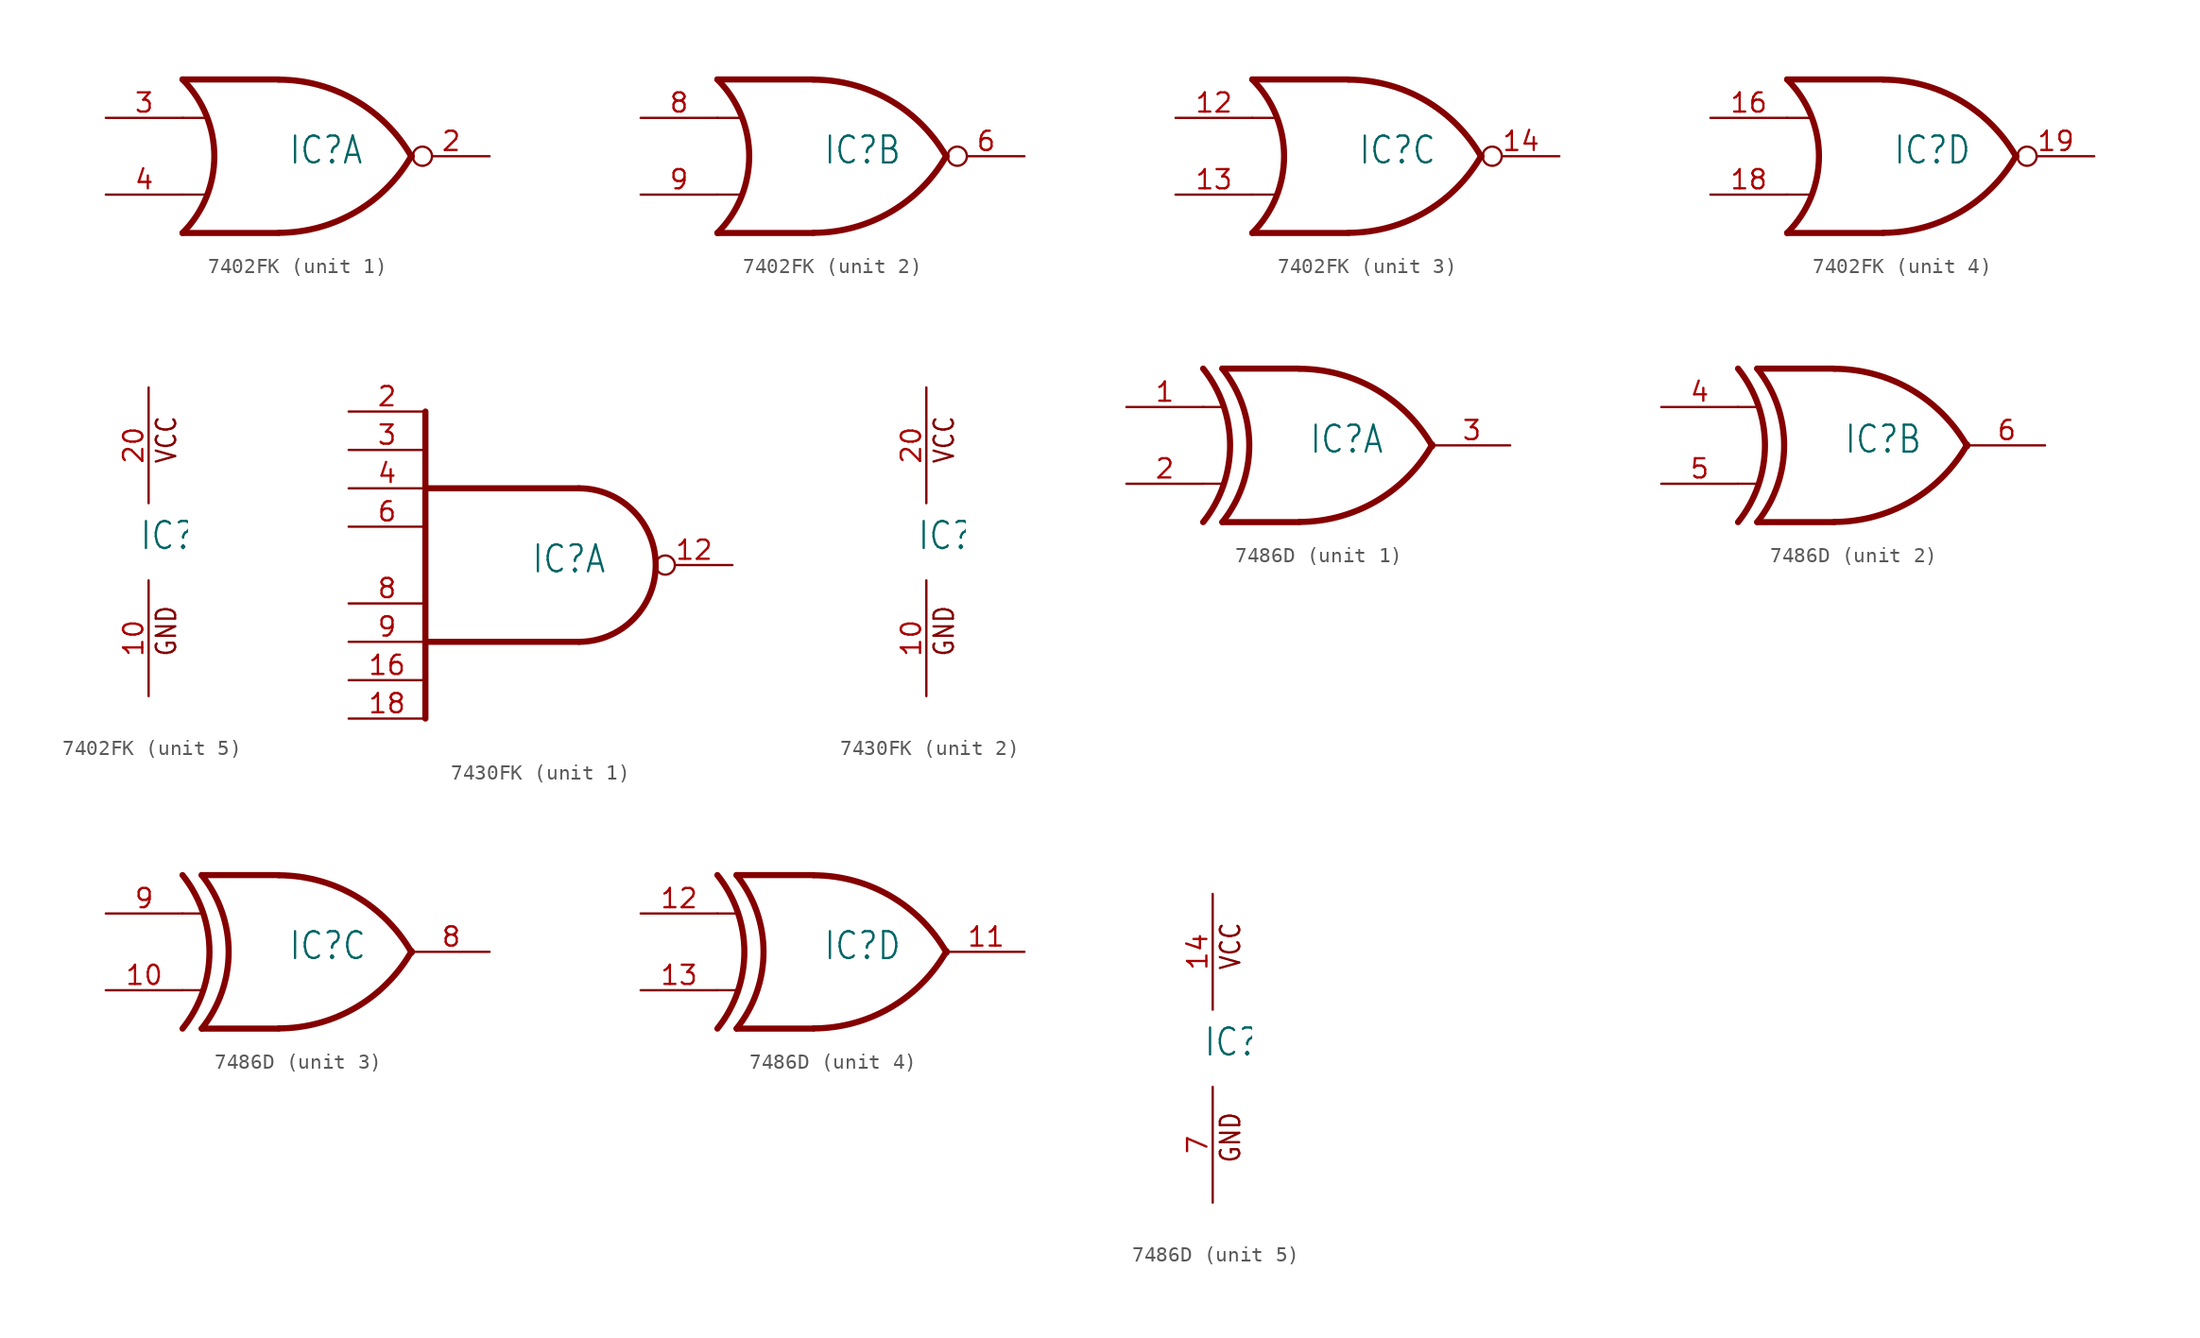
<source format=kicad_sym>
(kicad_symbol_lib
  (version 20211014)
  (generator kicad_symbol_editor)
  (symbol "7402FK"
    (property "Reference" "IC"
      (at -0.635 -0.635 0)
      (effects (font (size 1.778 1.511)) (justify left bottom)))
    (property "ki_locked" ""
      (at 0 0 0)
      (effects (font (size 1.27 1.27))))
    (symbol "7402FK_1_0"
      (arc (start -7.62 -5.08) (mid -5.5158 0) (end -7.62 5.08) (stroke (width 0.4064) (type default) (color 0 0 0 0)) (fill (type none)))
      (arc (start -1.2446 -5.0678) (mid 3.8372 -3.689) (end 7.5439 0.0507) (stroke (width 0.4064) (type default) (color 0 0 0 0)) (fill (type none)))
      (polyline (pts (xy -7.62 -2.54) (xy -6.096 -2.54)) (stroke (width 0.152) (type default) (color 0 0 0 0)) (fill (type none)))
      (polyline (pts (xy -7.62 2.54) (xy -6.096 2.54)) (stroke (width 0.152) (type default) (color 0 0 0 0)) (fill (type none)))
      (polyline (pts (xy -1.27 -5.08) (xy -7.62 -5.08)) (stroke (width 0.406) (type default) (color 0 0 0 0)) (fill (type none)))
      (polyline (pts (xy -1.27 5.08) (xy -7.62 5.08)) (stroke (width 0.406) (type default) (color 0 0 0 0)) (fill (type none)))
      (arc (start 7.5442 -0.0505) (mid 3.8373 3.6892) (end -1.2446 5.0678) (stroke (width 0.4064) (type default) (color 0 0 0 0)) (fill (type none)))
      (pin output inverted (at 12.7 0 180) (length 5.08) (name "O" (effects (font (size 0 0)))) (number "2" (effects (font (size 1.27 1.27)))))
      (pin input line (at -12.7 2.54 0) (length 5.08) (name "I0" (effects (font (size 0 0)))) (number "3" (effects (font (size 1.27 1.27)))))
      (pin input line (at -12.7 -2.54 0) (length 5.08) (name "I1" (effects (font (size 0 0)))) (number "4" (effects (font (size 1.27 1.27))))))
    (symbol "7402FK_2_0"
      (arc (start -7.62 -5.08) (mid -5.5158 0) (end -7.62 5.08) (stroke (width 0.4064) (type default) (color 0 0 0 0)) (fill (type none)))
      (arc (start -1.2446 -5.0678) (mid 3.8372 -3.689) (end 7.5439 0.0507) (stroke (width 0.4064) (type default) (color 0 0 0 0)) (fill (type none)))
      (polyline (pts (xy -7.62 -2.54) (xy -6.096 -2.54)) (stroke (width 0.152) (type default) (color 0 0 0 0)) (fill (type none)))
      (polyline (pts (xy -7.62 2.54) (xy -6.096 2.54)) (stroke (width 0.152) (type default) (color 0 0 0 0)) (fill (type none)))
      (polyline (pts (xy -1.27 -5.08) (xy -7.62 -5.08)) (stroke (width 0.406) (type default) (color 0 0 0 0)) (fill (type none)))
      (polyline (pts (xy -1.27 5.08) (xy -7.62 5.08)) (stroke (width 0.406) (type default) (color 0 0 0 0)) (fill (type none)))
      (arc (start 7.5442 -0.0505) (mid 3.8373 3.6892) (end -1.2446 5.0678) (stroke (width 0.4064) (type default) (color 0 0 0 0)) (fill (type none)))
      (pin output inverted (at 12.7 0 180) (length 5.08) (name "O" (effects (font (size 0 0)))) (number "6" (effects (font (size 1.27 1.27)))))
      (pin input line (at -12.7 2.54 0) (length 5.08) (name "I0" (effects (font (size 0 0)))) (number "8" (effects (font (size 1.27 1.27)))))
      (pin input line (at -12.7 -2.54 0) (length 5.08) (name "I1" (effects (font (size 0 0)))) (number "9" (effects (font (size 1.27 1.27))))))
    (symbol "7402FK_3_0"
      (arc (start -7.62 -5.08) (mid -5.5158 0) (end -7.62 5.08) (stroke (width 0.4064) (type default) (color 0 0 0 0)) (fill (type none)))
      (arc (start -1.2446 -5.0678) (mid 3.8372 -3.689) (end 7.5439 0.0507) (stroke (width 0.4064) (type default) (color 0 0 0 0)) (fill (type none)))
      (polyline (pts (xy -7.62 -2.54) (xy -6.096 -2.54)) (stroke (width 0.152) (type default) (color 0 0 0 0)) (fill (type none)))
      (polyline (pts (xy -7.62 2.54) (xy -6.096 2.54)) (stroke (width 0.152) (type default) (color 0 0 0 0)) (fill (type none)))
      (polyline (pts (xy -1.27 -5.08) (xy -7.62 -5.08)) (stroke (width 0.406) (type default) (color 0 0 0 0)) (fill (type none)))
      (polyline (pts (xy -1.27 5.08) (xy -7.62 5.08)) (stroke (width 0.406) (type default) (color 0 0 0 0)) (fill (type none)))
      (arc (start 7.5442 -0.0505) (mid 3.8373 3.6892) (end -1.2446 5.0678) (stroke (width 0.4064) (type default) (color 0 0 0 0)) (fill (type none)))
      (pin input line (at -12.7 2.54 0) (length 5.08) (name "I0" (effects (font (size 0 0)))) (number "12" (effects (font (size 1.27 1.27)))))
      (pin input line (at -12.7 -2.54 0) (length 5.08) (name "I1" (effects (font (size 0 0)))) (number "13" (effects (font (size 1.27 1.27)))))
      (pin output inverted (at 12.7 0 180) (length 5.08) (name "O" (effects (font (size 0 0)))) (number "14" (effects (font (size 1.27 1.27))))))
    (symbol "7402FK_4_0"
      (arc (start -7.62 -5.08) (mid -5.5158 0) (end -7.62 5.08) (stroke (width 0.4064) (type default) (color 0 0 0 0)) (fill (type none)))
      (arc (start -1.2446 -5.0678) (mid 3.8372 -3.689) (end 7.5439 0.0507) (stroke (width 0.4064) (type default) (color 0 0 0 0)) (fill (type none)))
      (polyline (pts (xy -7.62 -2.54) (xy -6.096 -2.54)) (stroke (width 0.152) (type default) (color 0 0 0 0)) (fill (type none)))
      (polyline (pts (xy -7.62 2.54) (xy -6.096 2.54)) (stroke (width 0.152) (type default) (color 0 0 0 0)) (fill (type none)))
      (polyline (pts (xy -1.27 -5.08) (xy -7.62 -5.08)) (stroke (width 0.406) (type default) (color 0 0 0 0)) (fill (type none)))
      (polyline (pts (xy -1.27 5.08) (xy -7.62 5.08)) (stroke (width 0.406) (type default) (color 0 0 0 0)) (fill (type none)))
      (arc (start 7.5442 -0.0505) (mid 3.8373 3.6892) (end -1.2446 5.0678) (stroke (width 0.4064) (type default) (color 0 0 0 0)) (fill (type none)))
      (pin input line (at -12.7 2.54 0) (length 5.08) (name "I0" (effects (font (size 0 0)))) (number "16" (effects (font (size 1.27 1.27)))))
      (pin input line (at -12.7 -2.54 0) (length 5.08) (name "I1" (effects (font (size 0 0)))) (number "18" (effects (font (size 1.27 1.27)))))
      (pin output inverted (at 12.7 0 180) (length 5.08) (name "O" (effects (font (size 0 0)))) (number "19" (effects (font (size 1.27 1.27))))))
    (symbol "7402FK_5_0"
      (text "GND" (at 1.905 -7.62 900) (effects (font (size 1.27 1.079)) (justify left bottom)))
      (text "VCC" (at 1.905 5.08 900) (effects (font (size 1.27 1.079)) (justify left bottom)))
      (pin power_in line (at 0 -10.16 90) (length 7.62) (name "GND" (effects (font (size 0 0)))) (number "10" (effects (font (size 1.27 1.27)))))
      (pin power_in line (at 0 10.16 270) (length 7.62) (name "VCC" (effects (font (size 0 0)))) (number "20" (effects (font (size 1.27 1.27)))))))
  (symbol "7430FK"
    (property "Reference" "IC"
      (at -0.635 -0.635 0)
      (effects (font (size 1.778 1.511)) (justify left bottom)))
    (property "ki_locked" ""
      (at 0 0 0)
      (effects (font (size 1.27 1.27))))
    (symbol "7430FK_1_0"
      (polyline (pts (xy -7.62 -5.08) (xy 2.54 -5.08)) (stroke (width 0.406) (type default) (color 0 0 0 0)) (fill (type none)))
      (polyline (pts (xy -7.62 5.08) (xy 2.54 5.08)) (stroke (width 0.406) (type default) (color 0 0 0 0)) (fill (type none)))
      (polyline (pts (xy -7.62 10.16) (xy -7.62 -10.16)) (stroke (width 0.406) (type default) (color 0 0 0 0)) (fill (type none)))
      (arc (start 2.54 -5.08) (mid 7.6199 0) (end 2.54 5.08) (stroke (width 0.4064) (type default) (color 0 0 0 0)) (fill (type none)))
      (pin output inverted (at 12.7 0 180) (length 5.08) (name "O" (effects (font (size 0 0)))) (number "12" (effects (font (size 1.27 1.27)))))
      (pin input line (at -12.7 -7.62 0) (length 5.08) (name "I6" (effects (font (size 0 0)))) (number "16" (effects (font (size 1.27 1.27)))))
      (pin input line (at -12.7 -10.16 0) (length 5.08) (name "I7" (effects (font (size 0 0)))) (number "18" (effects (font (size 1.27 1.27)))))
      (pin input line (at -12.7 10.16 0) (length 5.08) (name "I0" (effects (font (size 0 0)))) (number "2" (effects (font (size 1.27 1.27)))))
      (pin input line (at -12.7 7.62 0) (length 5.08) (name "I1" (effects (font (size 0 0)))) (number "3" (effects (font (size 1.27 1.27)))))
      (pin input line (at -12.7 5.08 0) (length 5.08) (name "I2" (effects (font (size 0 0)))) (number "4" (effects (font (size 1.27 1.27)))))
      (pin input line (at -12.7 2.54 0) (length 5.08) (name "I3" (effects (font (size 0 0)))) (number "6" (effects (font (size 1.27 1.27)))))
      (pin input line (at -12.7 -2.54 0) (length 5.08) (name "I4" (effects (font (size 0 0)))) (number "8" (effects (font (size 1.27 1.27)))))
      (pin input line (at -12.7 -5.08 0) (length 5.08) (name "I5" (effects (font (size 0 0)))) (number "9" (effects (font (size 1.27 1.27))))))
    (symbol "7430FK_2_0"
      (text "GND" (at 1.905 -7.62 900) (effects (font (size 1.27 1.079)) (justify left bottom)))
      (text "VCC" (at 1.905 5.08 900) (effects (font (size 1.27 1.079)) (justify left bottom)))
      (pin power_in line (at 0 -10.16 90) (length 7.62) (name "GND" (effects (font (size 0 0)))) (number "10" (effects (font (size 1.27 1.27)))))
      (pin power_in line (at 0 10.16 270) (length 7.62) (name "VCC" (effects (font (size 0 0)))) (number "20" (effects (font (size 1.27 1.27)))))))
  (symbol "7486D"
    (property "Reference" "IC"
      (at -0.635 -0.635 0)
      (effects (font (size 1.778 1.511)) (justify left bottom)))
    (property "ki_locked" ""
      (at 0 0 0)
      (effects (font (size 1.27 1.27))))
    (symbol "7486D_1_0"
      (arc (start -7.62 -5.08) (mid -5.838 0) (end -7.62 5.08) (stroke (width 0.4064) (type default) (color 0 0 0 0)) (fill (type none)))
      (arc (start -6.35 -5.08) (mid -4.568 0) (end -6.35 5.08) (stroke (width 0.4064) (type default) (color 0 0 0 0)) (fill (type none)))
      (arc (start -1.2446 -5.0678) (mid 3.8372 -3.689) (end 7.5439 0.0507) (stroke (width 0.4064) (type default) (color 0 0 0 0)) (fill (type none)))
      (polyline (pts (xy -7.62 -2.54) (xy -6.35 -2.54)) (stroke (width 0.152) (type default) (color 0 0 0 0)) (fill (type none)))
      (polyline (pts (xy -7.62 2.54) (xy -6.35 2.54)) (stroke (width 0.152) (type default) (color 0 0 0 0)) (fill (type none)))
      (polyline (pts (xy -1.27 -5.08) (xy -6.35 -5.08)) (stroke (width 0.406) (type default) (color 0 0 0 0)) (fill (type none)))
      (polyline (pts (xy -1.27 5.08) (xy -6.35 5.08)) (stroke (width 0.406) (type default) (color 0 0 0 0)) (fill (type none)))
      (arc (start 7.5442 -0.0505) (mid 3.8373 3.6892) (end -1.2446 5.0678) (stroke (width 0.4064) (type default) (color 0 0 0 0)) (fill (type none)))
      (pin input line (at -12.7 2.54 0) (length 5.08) (name "I0" (effects (font (size 0 0)))) (number "1" (effects (font (size 1.27 1.27)))))
      (pin input line (at -12.7 -2.54 0) (length 5.08) (name "I1" (effects (font (size 0 0)))) (number "2" (effects (font (size 1.27 1.27)))))
      (pin output line (at 12.7 0 180) (length 5.08) (name "O" (effects (font (size 0 0)))) (number "3" (effects (font (size 1.27 1.27))))))
    (symbol "7486D_2_0"
      (arc (start -7.62 -5.08) (mid -5.838 0) (end -7.62 5.08) (stroke (width 0.4064) (type default) (color 0 0 0 0)) (fill (type none)))
      (arc (start -6.35 -5.08) (mid -4.568 0) (end -6.35 5.08) (stroke (width 0.4064) (type default) (color 0 0 0 0)) (fill (type none)))
      (arc (start -1.2446 -5.0678) (mid 3.8372 -3.689) (end 7.5439 0.0507) (stroke (width 0.4064) (type default) (color 0 0 0 0)) (fill (type none)))
      (polyline (pts (xy -7.62 -2.54) (xy -6.35 -2.54)) (stroke (width 0.152) (type default) (color 0 0 0 0)) (fill (type none)))
      (polyline (pts (xy -7.62 2.54) (xy -6.35 2.54)) (stroke (width 0.152) (type default) (color 0 0 0 0)) (fill (type none)))
      (polyline (pts (xy -1.27 -5.08) (xy -6.35 -5.08)) (stroke (width 0.406) (type default) (color 0 0 0 0)) (fill (type none)))
      (polyline (pts (xy -1.27 5.08) (xy -6.35 5.08)) (stroke (width 0.406) (type default) (color 0 0 0 0)) (fill (type none)))
      (arc (start 7.5442 -0.0505) (mid 3.8373 3.6892) (end -1.2446 5.0678) (stroke (width 0.4064) (type default) (color 0 0 0 0)) (fill (type none)))
      (pin input line (at -12.7 2.54 0) (length 5.08) (name "I0" (effects (font (size 0 0)))) (number "4" (effects (font (size 1.27 1.27)))))
      (pin input line (at -12.7 -2.54 0) (length 5.08) (name "I1" (effects (font (size 0 0)))) (number "5" (effects (font (size 1.27 1.27)))))
      (pin output line (at 12.7 0 180) (length 5.08) (name "O" (effects (font (size 0 0)))) (number "6" (effects (font (size 1.27 1.27))))))
    (symbol "7486D_3_0"
      (arc (start -7.62 -5.08) (mid -5.838 0) (end -7.62 5.08) (stroke (width 0.4064) (type default) (color 0 0 0 0)) (fill (type none)))
      (arc (start -6.35 -5.08) (mid -4.568 0) (end -6.35 5.08) (stroke (width 0.4064) (type default) (color 0 0 0 0)) (fill (type none)))
      (arc (start -1.2446 -5.0678) (mid 3.8372 -3.689) (end 7.5439 0.0507) (stroke (width 0.4064) (type default) (color 0 0 0 0)) (fill (type none)))
      (polyline (pts (xy -7.62 -2.54) (xy -6.35 -2.54)) (stroke (width 0.152) (type default) (color 0 0 0 0)) (fill (type none)))
      (polyline (pts (xy -7.62 2.54) (xy -6.35 2.54)) (stroke (width 0.152) (type default) (color 0 0 0 0)) (fill (type none)))
      (polyline (pts (xy -1.27 -5.08) (xy -6.35 -5.08)) (stroke (width 0.406) (type default) (color 0 0 0 0)) (fill (type none)))
      (polyline (pts (xy -1.27 5.08) (xy -6.35 5.08)) (stroke (width 0.406) (type default) (color 0 0 0 0)) (fill (type none)))
      (arc (start 7.5442 -0.0505) (mid 3.8373 3.6892) (end -1.2446 5.0678) (stroke (width 0.4064) (type default) (color 0 0 0 0)) (fill (type none)))
      (pin input line (at -12.7 -2.54 0) (length 5.08) (name "I1" (effects (font (size 0 0)))) (number "10" (effects (font (size 1.27 1.27)))))
      (pin output line (at 12.7 0 180) (length 5.08) (name "O" (effects (font (size 0 0)))) (number "8" (effects (font (size 1.27 1.27)))))
      (pin input line (at -12.7 2.54 0) (length 5.08) (name "I0" (effects (font (size 0 0)))) (number "9" (effects (font (size 1.27 1.27))))))
    (symbol "7486D_4_0"
      (arc (start -7.62 -5.08) (mid -5.838 0) (end -7.62 5.08) (stroke (width 0.4064) (type default) (color 0 0 0 0)) (fill (type none)))
      (arc (start -6.35 -5.08) (mid -4.568 0) (end -6.35 5.08) (stroke (width 0.4064) (type default) (color 0 0 0 0)) (fill (type none)))
      (arc (start -1.2446 -5.0678) (mid 3.8372 -3.689) (end 7.5439 0.0507) (stroke (width 0.4064) (type default) (color 0 0 0 0)) (fill (type none)))
      (polyline (pts (xy -7.62 -2.54) (xy -6.35 -2.54)) (stroke (width 0.152) (type default) (color 0 0 0 0)) (fill (type none)))
      (polyline (pts (xy -7.62 2.54) (xy -6.35 2.54)) (stroke (width 0.152) (type default) (color 0 0 0 0)) (fill (type none)))
      (polyline (pts (xy -1.27 -5.08) (xy -6.35 -5.08)) (stroke (width 0.406) (type default) (color 0 0 0 0)) (fill (type none)))
      (polyline (pts (xy -1.27 5.08) (xy -6.35 5.08)) (stroke (width 0.406) (type default) (color 0 0 0 0)) (fill (type none)))
      (arc (start 7.5442 -0.0505) (mid 3.8373 3.6892) (end -1.2446 5.0678) (stroke (width 0.4064) (type default) (color 0 0 0 0)) (fill (type none)))
      (pin output line (at 12.7 0 180) (length 5.08) (name "O" (effects (font (size 0 0)))) (number "11" (effects (font (size 1.27 1.27)))))
      (pin input line (at -12.7 2.54 0) (length 5.08) (name "I0" (effects (font (size 0 0)))) (number "12" (effects (font (size 1.27 1.27)))))
      (pin input line (at -12.7 -2.54 0) (length 5.08) (name "I1" (effects (font (size 0 0)))) (number "13" (effects (font (size 1.27 1.27))))))
    (symbol "7486D_5_0"
      (text "GND" (at 1.905 -7.62 900) (effects (font (size 1.27 1.079)) (justify left bottom)))
      (text "VCC" (at 1.905 5.08 900) (effects (font (size 1.27 1.079)) (justify left bottom)))
      (pin power_in line (at 0 10.16 270) (length 7.62) (name "VCC" (effects (font (size 0 0)))) (number "14" (effects (font (size 1.27 1.27)))))
      (pin power_in line (at 0 -10.16 90) (length 7.62) (name "GND" (effects (font (size 0 0)))) (number "7" (effects (font (size 1.27 1.27))))))))
</source>
